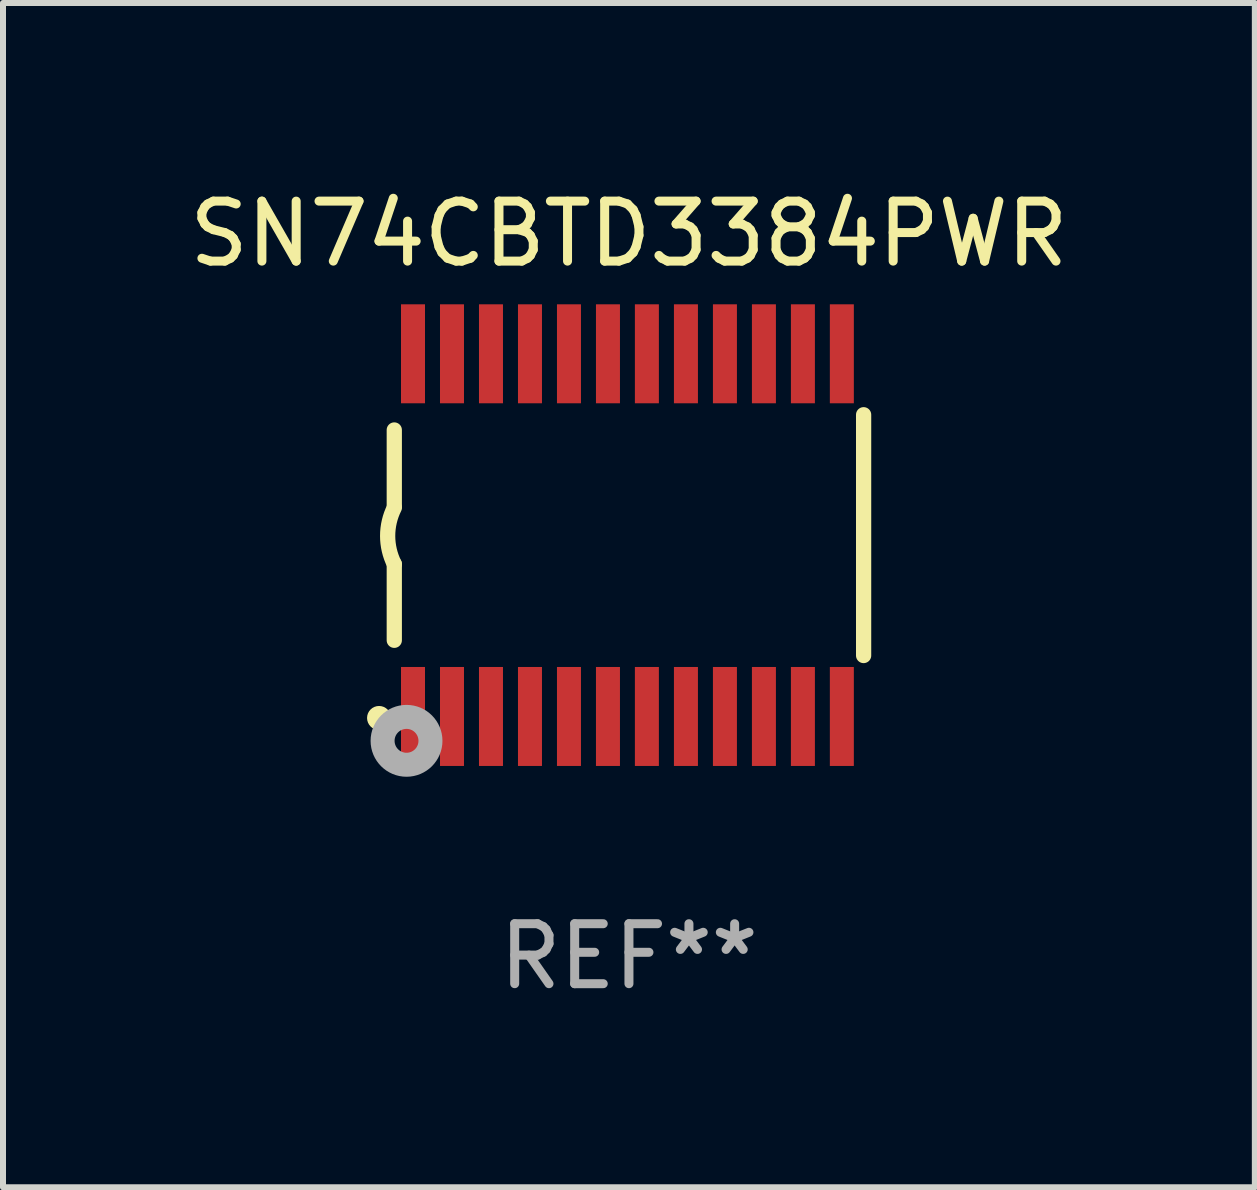
<source format=kicad_pcb>
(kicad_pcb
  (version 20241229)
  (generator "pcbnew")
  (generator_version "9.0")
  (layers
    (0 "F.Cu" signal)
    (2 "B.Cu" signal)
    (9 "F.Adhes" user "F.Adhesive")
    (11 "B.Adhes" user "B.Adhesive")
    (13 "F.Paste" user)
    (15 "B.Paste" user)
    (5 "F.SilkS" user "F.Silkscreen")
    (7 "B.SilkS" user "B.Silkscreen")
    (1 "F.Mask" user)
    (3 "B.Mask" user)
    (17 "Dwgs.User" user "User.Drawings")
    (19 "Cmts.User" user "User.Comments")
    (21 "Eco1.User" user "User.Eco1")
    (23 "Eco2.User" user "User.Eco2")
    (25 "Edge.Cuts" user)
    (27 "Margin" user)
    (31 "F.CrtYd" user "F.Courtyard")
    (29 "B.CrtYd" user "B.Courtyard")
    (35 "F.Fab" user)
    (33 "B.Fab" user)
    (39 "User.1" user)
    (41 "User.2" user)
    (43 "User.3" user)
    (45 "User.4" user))
  (footprint "SN74CBTD3384PWR"
    (layer "F.Cu")
    (at 7.435 5.871)
    (property "Reference" "SN74CBTD3384PWR" (at 0 -5.023 0) (layer "F.SilkS") (effects (font (size 1 1) (thickness 0.15))))
    (attr through_hole)
    (fp_line (start -3.912 -0.483) (end -3.912 -1.753) (stroke (width 0.254) (type solid)) (layer "F.SilkS"))
    (fp_line (start -3.912 1.753) (end -3.912 0.483) (stroke (width 0.254) (type solid)) (layer "F.SilkS"))
    (fp_line (start 3.912 -2.007) (end 3.912 2.007) (stroke (width 0.254) (type solid)) (layer "F.SilkS"))
    (fp_arc (start -3.911608 0.482601) (mid -4.022537 0.0127) (end -3.911608 -0.457201) (stroke (width 0.254001) (type solid)) (layer "F.SilkS"))
    (fp_circle (center -4.166 3.048) (end -4.066 3.048) (stroke (width 0.2) (type solid)) (fill no) (layer "F.SilkS"))
    (fp_circle (center -3.925 3.186) (end -3.895 3.186) (stroke (width 0.06) (type solid)) (fill no) (layer "F.SilkS"))
    (fp_circle (center -3.708 3.429) (end -3.509 3.429) (stroke (width 0.4) (type solid)) (fill no) (layer "F.Fab"))
    (fp_text user "REF**" (at 0 7.023 0) (layer "F.Fab") (effects (font (size 1 1) (thickness 0.15))))
    (pad "1" smd rect (at -3.6 3.023) (size 0.4 1.65) (layers "F.Cu" "F.Mask" "F.Paste"))
    (pad "2" smd rect (at -2.95 3.023) (size 0.4 1.65) (layers "F.Cu" "F.Mask" "F.Paste"))
    (pad "3" smd rect (at -2.3 3.023) (size 0.4 1.65) (layers "F.Cu" "F.Mask" "F.Paste"))
    (pad "4" smd rect (at -1.65 3.023) (size 0.4 1.65) (layers "F.Cu" "F.Mask" "F.Paste"))
    (pad "5" smd rect (at -1 3.023) (size 0.4 1.65) (layers "F.Cu" "F.Mask" "F.Paste"))
    (pad "6" smd rect (at -0.35 3.023) (size 0.4 1.65) (layers "F.Cu" "F.Mask" "F.Paste"))
    (pad "7" smd rect (at 0.299 3.023) (size 0.4 1.65) (layers "F.Cu" "F.Mask" "F.Paste"))
    (pad "8" smd rect (at 0.95 3.023) (size 0.4 1.65) (layers "F.Cu" "F.Mask" "F.Paste"))
    (pad "9" smd rect (at 1.6 3.023) (size 0.4 1.65) (layers "F.Cu" "F.Mask" "F.Paste"))
    (pad "10" smd rect (at 2.25 3.023) (size 0.4 1.65) (layers "F.Cu" "F.Mask" "F.Paste"))
    (pad "11" smd rect (at 2.9 3.023) (size 0.4 1.65) (layers "F.Cu" "F.Mask" "F.Paste"))
    (pad "12" smd rect (at 3.549 3.023) (size 0.4 1.65) (layers "F.Cu" "F.Mask" "F.Paste"))
    (pad "13" smd rect (at 3.549 -3.023) (size 0.4 1.65) (layers "F.Cu" "F.Mask" "F.Paste"))
    (pad "14" smd rect (at 2.9 -3.023) (size 0.4 1.65) (layers "F.Cu" "F.Mask" "F.Paste"))
    (pad "15" smd rect (at 2.25 -3.023) (size 0.4 1.65) (layers "F.Cu" "F.Mask" "F.Paste"))
    (pad "16" smd rect (at 1.6 -3.023) (size 0.4 1.65) (layers "F.Cu" "F.Mask" "F.Paste"))
    (pad "17" smd rect (at 0.95 -3.023) (size 0.4 1.65) (layers "F.Cu" "F.Mask" "F.Paste"))
    (pad "18" smd rect (at 0.299 -3.023) (size 0.4 1.65) (layers "F.Cu" "F.Mask" "F.Paste"))
    (pad "19" smd rect (at -0.35 -3.023) (size 0.4 1.65) (layers "F.Cu" "F.Mask" "F.Paste"))
    (pad "20" smd rect (at -1 -3.023) (size 0.4 1.65) (layers "F.Cu" "F.Mask" "F.Paste"))
    (pad "21" smd rect (at -1.65 -3.023) (size 0.4 1.65) (layers "F.Cu" "F.Mask" "F.Paste"))
    (pad "22" smd rect (at -2.3 -3.023) (size 0.4 1.65) (layers "F.Cu" "F.Mask" "F.Paste"))
    (pad "23" smd rect (at -2.95 -3.023) (size 0.4 1.65) (layers "F.Cu" "F.Mask" "F.Paste"))
    (pad "24" smd rect (at -3.6 -3.023) (size 0.4 1.65) (layers "F.Cu" "F.Mask" "F.Paste")))
  (gr_rect
    (start -3 -3)
    (end 17.869 16.742)
    (stroke (width 0.1) (type default))
    (fill no)
    (layer "Edge.Cuts")))
</source>
